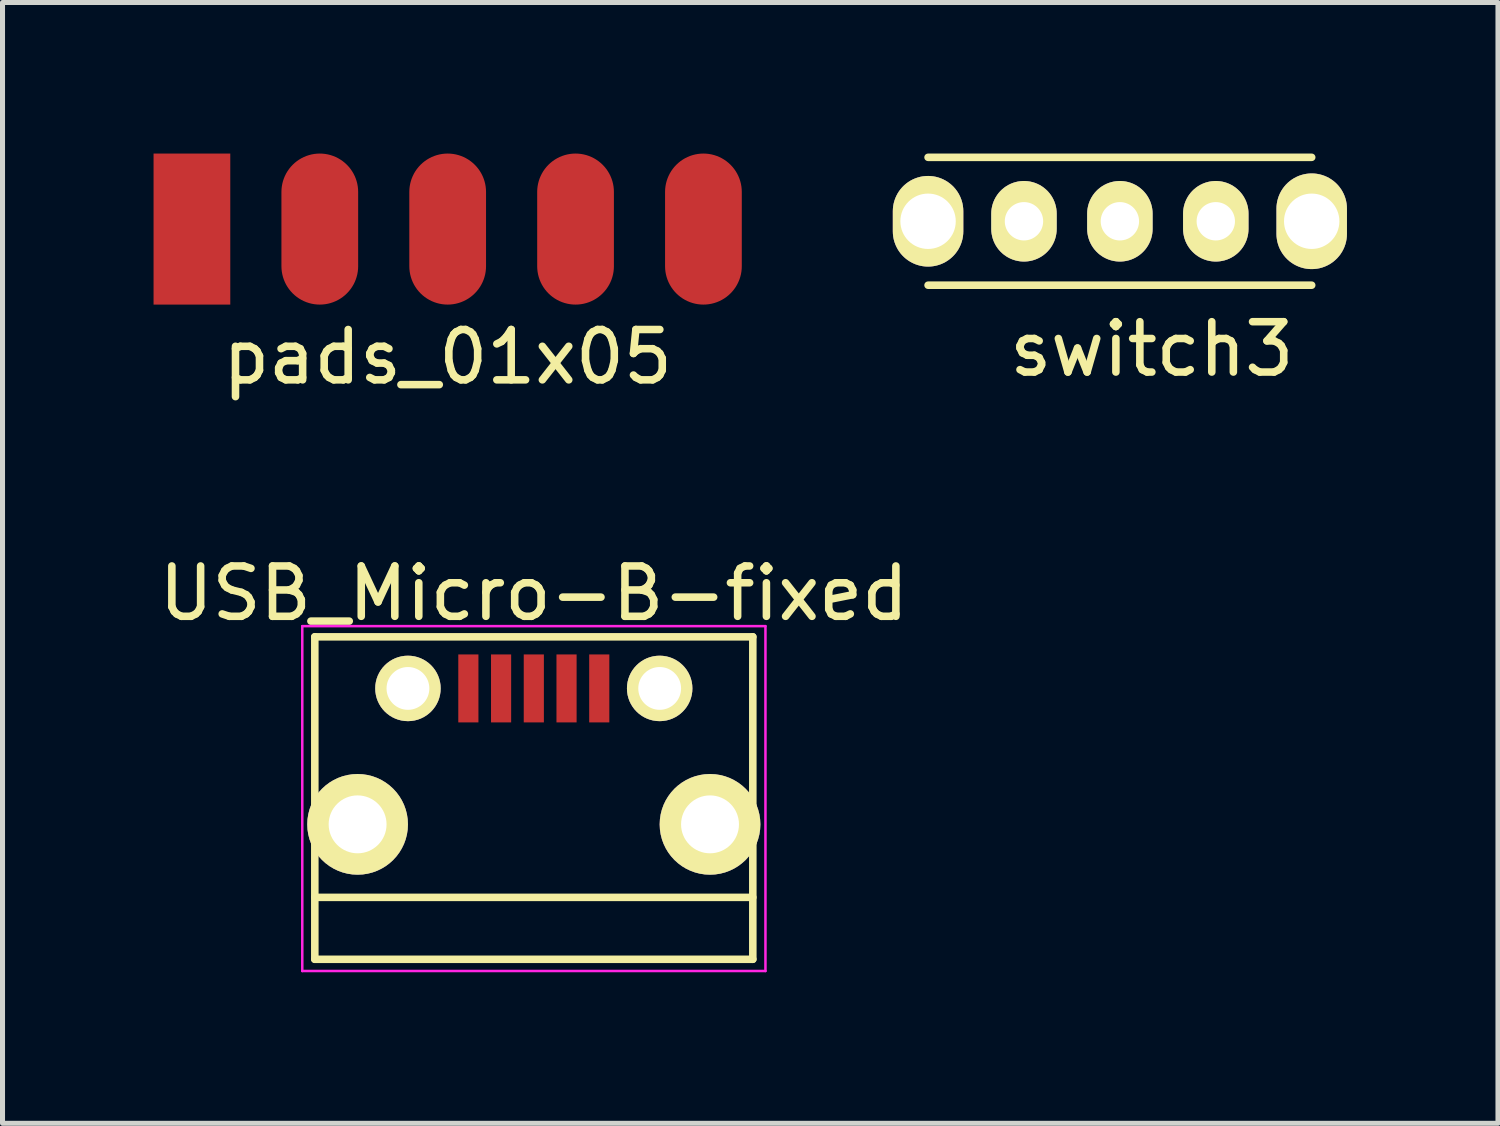
<source format=kicad_pcb>
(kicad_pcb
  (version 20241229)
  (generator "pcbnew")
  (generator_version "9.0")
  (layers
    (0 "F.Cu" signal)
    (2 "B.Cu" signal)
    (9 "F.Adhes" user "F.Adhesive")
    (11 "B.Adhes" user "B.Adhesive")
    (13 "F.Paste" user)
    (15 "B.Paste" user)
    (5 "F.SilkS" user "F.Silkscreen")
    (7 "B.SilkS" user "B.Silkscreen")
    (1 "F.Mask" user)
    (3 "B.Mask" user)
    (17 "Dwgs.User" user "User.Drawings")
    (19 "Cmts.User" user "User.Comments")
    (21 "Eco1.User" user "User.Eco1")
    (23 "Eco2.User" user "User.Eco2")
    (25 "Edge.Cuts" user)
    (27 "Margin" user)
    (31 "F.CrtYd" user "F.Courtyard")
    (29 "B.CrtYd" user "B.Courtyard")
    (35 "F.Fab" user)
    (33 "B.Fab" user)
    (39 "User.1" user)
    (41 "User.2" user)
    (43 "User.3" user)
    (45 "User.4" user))
  (footprint "pads_01x05"
    (layer "F.Cu")
    (at 5.842 1.5)
    (property "Reference" "pads_01x05" (at 0 2.54 0) (layer "F.SilkS") (effects (font (size 1 1) (thickness 0.15))))
    (attr through_hole)
    (pad "1" smd rect (at -5.08 0) (size 1.524 3) (layers "F.Cu" "F.Mask" "F.Paste"))
    (pad "2" smd oval (at -2.54 0) (size 1.524 3) (layers "F.Cu" "F.Mask" "F.Paste"))
    (pad "3" smd oval (at 0 0) (size 1.524 3) (layers "F.Cu" "F.Mask" "F.Paste"))
    (pad "4" smd oval (at 2.54 0) (size 1.524 3) (layers "F.Cu" "F.Mask" "F.Paste"))
    (pad "5" smd oval (at 5.08 0) (size 1.524 3) (layers "F.Cu" "F.Mask" "F.Paste")))
  (footprint "switch3"
    (layer "F.Cu")
    (at 19.194 1.345)
    (property "Reference" "switch3" (at 0.635 2.54 0) (layer "F.SilkS") (effects (font (size 1 1) (thickness 0.15))))
    (attr through_hole)
    (fp_line (start -3.81 -1.27) (end 3.81 -1.27) (stroke (width 0.15) (type solid)) (layer "F.SilkS"))
    (fp_line (start -3.81 1.27) (end 3.81 1.27) (stroke (width 0.15) (type solid)) (layer "F.SilkS"))
    (pad "" thru_hole oval (at 3.81 0) (size 1.4 1.9) (drill 1.1) (layers "*.Cu" "*.Mask" "F.SilkS"))
    (pad "-1" thru_hole oval (at -3.81 0) (size 1.4 1.8) (drill 1.1) (layers "*.Cu" "*.Mask" "F.SilkS"))
    (pad "1" thru_hole oval (at -1.905 0) (size 1.3 1.6) (drill 0.762) (layers "*.Cu" "*.Mask" "F.SilkS"))
    (pad "2" thru_hole oval (at 0 0) (size 1.3 1.6) (drill 0.762) (layers "*.Cu" "*.Mask" "F.SilkS"))
    (pad "3" thru_hole oval (at 1.905 0) (size 1.3 1.6) (drill 0.762) (layers "*.Cu" "*.Mask" "F.SilkS")))
  (footprint "USB_Micro-B-fixed"
    (layer "F.Cu")
    (at 7.554 12.187)
    (property "Reference" "USB_Micro-B-fixed" (at 0 -3.45 0) (layer "F.SilkS") (effects (font (size 1 1) (thickness 0.15))))
    (attr smd)
    (fp_line (start -4.351 -2.588) (end 4.349 -2.588) (stroke (width 0.15) (type solid)) (layer "F.SilkS"))
    (fp_line (start -4.351 3.817) (end -4.351 -2.588) (stroke (width 0.15) (type solid)) (layer "F.SilkS"))
    (fp_line (start -4.351 3.817) (end 4.349 3.817) (stroke (width 0.15) (type solid)) (layer "F.SilkS"))
    (fp_line (start 4.349 -2.588) (end 4.349 3.817) (stroke (width 0.15) (type solid)) (layer "F.SilkS"))
    (fp_line (start 4.349 2.587) (end -4.351 2.587) (stroke (width 0.15) (type solid)) (layer "F.SilkS"))
    (fp_line (start -4.6 -2.8) (end 4.6 -2.8) (stroke (width 0.05) (type solid)) (layer "F.CrtYd"))
    (fp_line (start -4.6 4.05) (end -4.6 -2.8) (stroke (width 0.05) (type solid)) (layer "F.CrtYd"))
    (fp_line (start 4.6 -2.8) (end 4.6 4.05) (stroke (width 0.05) (type solid)) (layer "F.CrtYd"))
    (fp_line (start 4.6 4.05) (end -4.6 4.05) (stroke (width 0.05) (type solid)) (layer "F.CrtYd"))
    (pad "1" smd rect (at -1.301 -1.563 90) (size 1.35 0.4) (layers "F.Cu" "F.Mask" "F.Paste"))
    (pad "2" smd rect (at -0.651 -1.563 90) (size 1.35 0.4) (layers "F.Cu" "F.Mask" "F.Paste"))
    (pad "3" smd rect (at -0.001 -1.563 90) (size 1.35 0.4) (layers "F.Cu" "F.Mask" "F.Paste"))
    (pad "4" smd rect (at 0.649 -1.563 90) (size 1.35 0.4) (layers "F.Cu" "F.Mask" "F.Paste"))
    (pad "5" smd rect (at 1.299 -1.563 90) (size 1.35 0.4) (layers "F.Cu" "F.Mask" "F.Paste"))
    (pad "6" thru_hole circle (at -3.501 1.137 90) (size 2 2) (drill oval 1.15) (layers "*.Cu" "*.Mask" "F.SilkS"))
    (pad "6" thru_hole circle (at -2.501 -1.563 90) (size 1.3 1.3) (drill oval 0.85) (layers "*.Cu" "*.Mask" "F.SilkS"))
    (pad "6" thru_hole circle (at 2.499 -1.563 90) (size 1.3 1.3) (drill oval 0.85) (layers "*.Cu" "*.Mask" "F.SilkS"))
    (pad "6" thru_hole circle (at 3.499 1.137 90) (size 2 2) (drill 1.15) (layers "*.Cu" "*.Mask" "F.SilkS")))
  (gr_rect
    (start -3 -3)
    (end 26.704 19.262)
    (stroke (width 0.1) (type default))
    (fill no)
    (layer "Edge.Cuts")))
</source>
